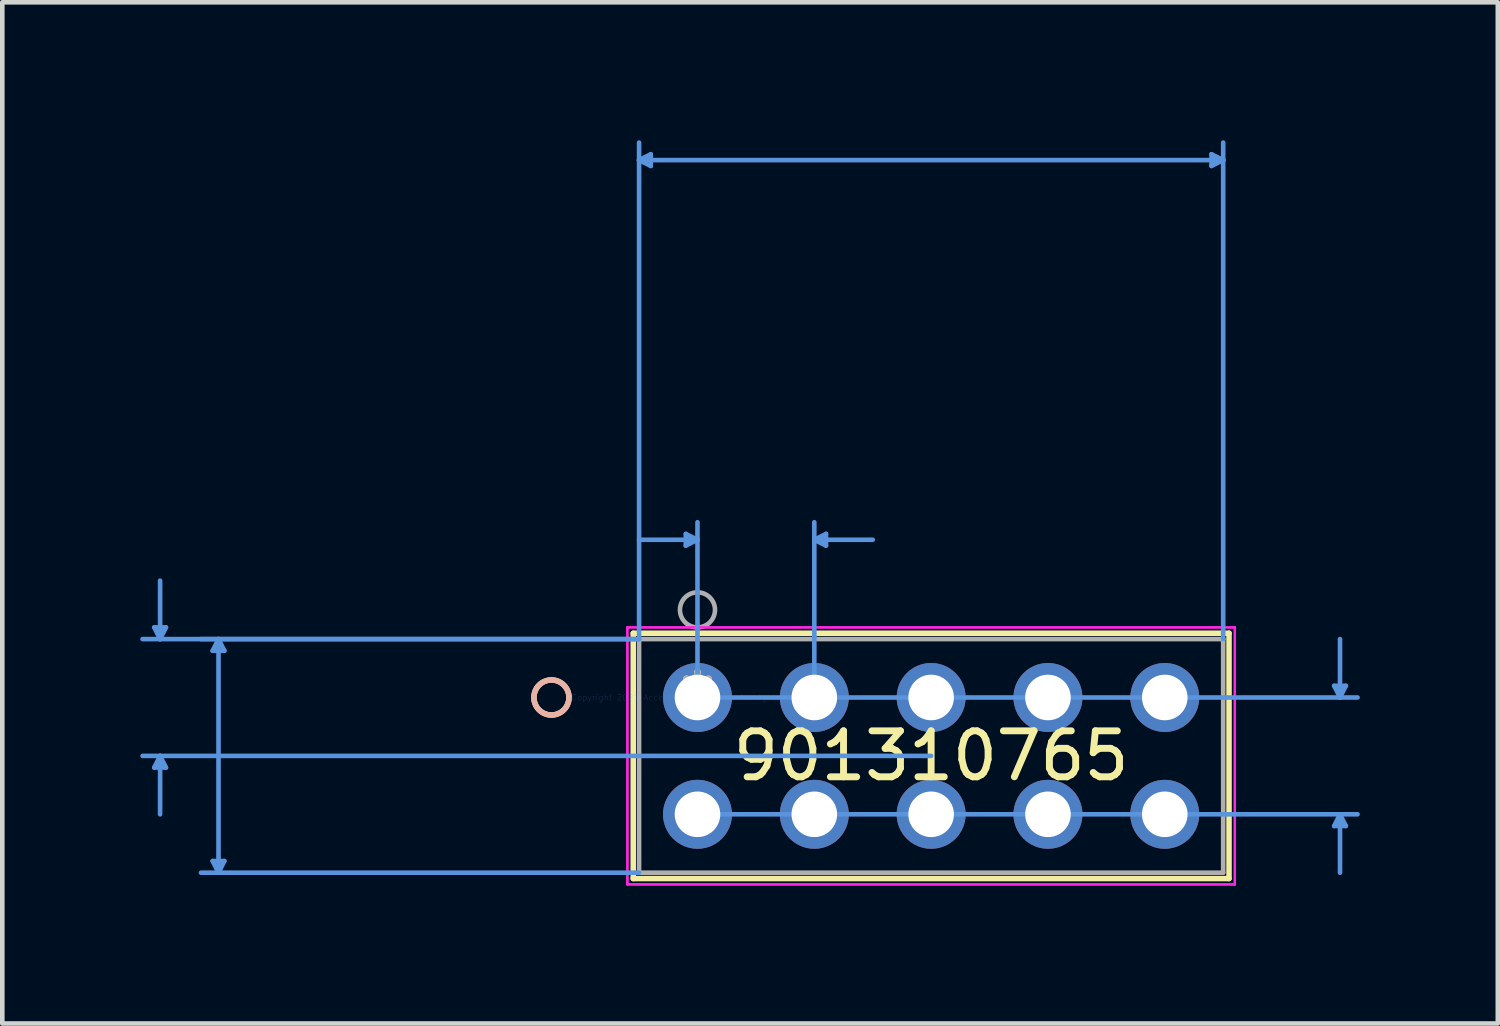
<source format=kicad_pcb>
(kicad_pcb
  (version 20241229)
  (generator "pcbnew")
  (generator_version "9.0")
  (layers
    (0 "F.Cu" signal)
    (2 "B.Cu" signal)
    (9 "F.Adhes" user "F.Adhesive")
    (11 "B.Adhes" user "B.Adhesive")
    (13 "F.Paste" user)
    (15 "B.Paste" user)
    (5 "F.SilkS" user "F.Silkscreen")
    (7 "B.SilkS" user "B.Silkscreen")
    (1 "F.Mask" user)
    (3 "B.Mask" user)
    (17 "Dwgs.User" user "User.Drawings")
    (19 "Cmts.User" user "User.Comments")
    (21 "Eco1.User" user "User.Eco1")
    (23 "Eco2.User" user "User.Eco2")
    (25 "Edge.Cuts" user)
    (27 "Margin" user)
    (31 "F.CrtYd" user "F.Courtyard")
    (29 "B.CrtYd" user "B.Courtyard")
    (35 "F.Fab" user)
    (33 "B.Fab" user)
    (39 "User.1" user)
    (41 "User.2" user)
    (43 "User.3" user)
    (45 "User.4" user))
  (footprint "901310765"
    (layer "F.Cu")
    (at 12.115 12.115)
    (property "Reference" "901310765" (at 5.08 1.27 0) (layer "F.SilkS") (effects (font (size 1 1) (thickness 0.15))))
    (attr through_hole)
    (fp_line (start -1.397 -1.397) (end -1.397 3.937) (stroke (width 0.12) (type solid)) (layer "F.SilkS"))
    (fp_line (start -1.397 3.937) (end 11.557 3.937) (stroke (width 0.12) (type solid)) (layer "F.SilkS"))
    (fp_line (start 11.557 -1.397) (end -1.397 -1.397) (stroke (width 0.12) (type solid)) (layer "F.SilkS"))
    (fp_line (start 11.557 3.937) (end 11.557 -1.397) (stroke (width 0.12) (type solid)) (layer "F.SilkS"))
    (fp_circle (center -3.175 0) (end -2.794 0) (stroke (width 0.12) (type solid)) (fill no) (layer "F.SilkS"))
    (fp_circle (center -3.175 0) (end -2.794 0) (stroke (width 0.12) (type solid)) (fill no) (layer "B.SilkS"))
    (fp_line (start -11.811 -1.524) (end -11.557 -1.524) (stroke (width 0.1) (type solid)) (layer "Cmts.User"))
    (fp_line (start -11.811 1.524) (end -11.557 1.524) (stroke (width 0.1) (type solid)) (layer "Cmts.User"))
    (fp_line (start -11.684 -1.27) (end -11.811 -1.524) (stroke (width 0.1) (type solid)) (layer "Cmts.User"))
    (fp_line (start -11.684 -1.27) (end -11.684 -2.54) (stroke (width 0.1) (type solid)) (layer "Cmts.User"))
    (fp_line (start -11.684 -1.27) (end -11.557 -1.524) (stroke (width 0.1) (type solid)) (layer "Cmts.User"))
    (fp_line (start -11.684 1.27) (end -11.811 1.524) (stroke (width 0.1) (type solid)) (layer "Cmts.User"))
    (fp_line (start -11.684 1.27) (end -11.684 2.54) (stroke (width 0.1) (type solid)) (layer "Cmts.User"))
    (fp_line (start -11.684 1.27) (end -11.557 1.524) (stroke (width 0.1) (type solid)) (layer "Cmts.User"))
    (fp_line (start -10.541 -1.016) (end -10.287 -1.016) (stroke (width 0.1) (type solid)) (layer "Cmts.User"))
    (fp_line (start -10.541 3.556) (end -10.287 3.556) (stroke (width 0.1) (type solid)) (layer "Cmts.User"))
    (fp_line (start -10.414 -1.27) (end -10.541 -1.016) (stroke (width 0.1) (type solid)) (layer "Cmts.User"))
    (fp_line (start -10.414 -1.27) (end -10.414 3.81) (stroke (width 0.1) (type solid)) (layer "Cmts.User"))
    (fp_line (start -10.414 -1.27) (end -10.287 -1.016) (stroke (width 0.1) (type solid)) (layer "Cmts.User"))
    (fp_line (start -10.414 3.81) (end -10.541 3.556) (stroke (width 0.1) (type solid)) (layer "Cmts.User"))
    (fp_line (start -10.414 3.81) (end -10.287 3.556) (stroke (width 0.1) (type solid)) (layer "Cmts.User"))
    (fp_line (start -1.27 -11.684) (end -1.016 -11.811) (stroke (width 0.1) (type solid)) (layer "Cmts.User"))
    (fp_line (start -1.27 -11.684) (end -1.016 -11.557) (stroke (width 0.1) (type solid)) (layer "Cmts.User"))
    (fp_line (start -1.27 -11.684) (end 11.43 -11.684) (stroke (width 0.1) (type solid)) (layer "Cmts.User"))
    (fp_line (start -1.27 -1.27) (end -12.065 -1.27) (stroke (width 0.1) (type solid)) (layer "Cmts.User"))
    (fp_line (start -1.27 -1.27) (end -10.795 -1.27) (stroke (width 0.1) (type solid)) (layer "Cmts.User"))
    (fp_line (start -1.27 -1.27) (end -1.27 -12.065) (stroke (width 0.1) (type solid)) (layer "Cmts.User"))
    (fp_line (start -1.27 3.81) (end -10.795 3.81) (stroke (width 0.1) (type solid)) (layer "Cmts.User"))
    (fp_line (start -1.016 -11.811) (end -1.016 -11.557) (stroke (width 0.1) (type solid)) (layer "Cmts.User"))
    (fp_line (start -0.254 -3.556) (end -0.254 -3.302) (stroke (width 0.1) (type solid)) (layer "Cmts.User"))
    (fp_line (start 0 -3.429) (end -1.27 -3.429) (stroke (width 0.1) (type solid)) (layer "Cmts.User"))
    (fp_line (start 0 -3.429) (end -0.254 -3.556) (stroke (width 0.1) (type solid)) (layer "Cmts.User"))
    (fp_line (start 0 -3.429) (end -0.254 -3.302) (stroke (width 0.1) (type solid)) (layer "Cmts.User"))
    (fp_line (start 0 0) (end 0 -3.81) (stroke (width 0.1) (type solid)) (layer "Cmts.User"))
    (fp_line (start 0 0) (end 14.351 0) (stroke (width 0.1) (type solid)) (layer "Cmts.User"))
    (fp_line (start 0 2.54) (end 14.351 2.54) (stroke (width 0.1) (type solid)) (layer "Cmts.User"))
    (fp_line (start 2.54 -3.429) (end 2.794 -3.556) (stroke (width 0.1) (type solid)) (layer "Cmts.User"))
    (fp_line (start 2.54 -3.429) (end 2.794 -3.302) (stroke (width 0.1) (type solid)) (layer "Cmts.User"))
    (fp_line (start 2.54 -3.429) (end 3.81 -3.429) (stroke (width 0.1) (type solid)) (layer "Cmts.User"))
    (fp_line (start 2.54 0) (end 2.54 -3.81) (stroke (width 0.1) (type solid)) (layer "Cmts.User"))
    (fp_line (start 2.794 -3.556) (end 2.794 -3.302) (stroke (width 0.1) (type solid)) (layer "Cmts.User"))
    (fp_line (start 5.08 1.27) (end -12.065 1.27) (stroke (width 0.1) (type solid)) (layer "Cmts.User"))
    (fp_line (start 11.176 -11.811) (end 11.176 -11.557) (stroke (width 0.1) (type solid)) (layer "Cmts.User"))
    (fp_line (start 11.43 -11.684) (end 11.176 -11.811) (stroke (width 0.1) (type solid)) (layer "Cmts.User"))
    (fp_line (start 11.43 -11.684) (end 11.176 -11.557) (stroke (width 0.1) (type solid)) (layer "Cmts.User"))
    (fp_line (start 11.43 -1.27) (end 11.43 -12.065) (stroke (width 0.1) (type solid)) (layer "Cmts.User"))
    (fp_line (start 13.843 -0.254) (end 14.097 -0.254) (stroke (width 0.1) (type solid)) (layer "Cmts.User"))
    (fp_line (start 13.843 2.794) (end 14.097 2.794) (stroke (width 0.1) (type solid)) (layer "Cmts.User"))
    (fp_line (start 13.97 0) (end 13.843 -0.254) (stroke (width 0.1) (type solid)) (layer "Cmts.User"))
    (fp_line (start 13.97 0) (end 13.97 -1.27) (stroke (width 0.1) (type solid)) (layer "Cmts.User"))
    (fp_line (start 13.97 0) (end 14.097 -0.254) (stroke (width 0.1) (type solid)) (layer "Cmts.User"))
    (fp_line (start 13.97 2.54) (end 13.843 2.794) (stroke (width 0.1) (type solid)) (layer "Cmts.User"))
    (fp_line (start 13.97 2.54) (end 13.97 3.81) (stroke (width 0.1) (type solid)) (layer "Cmts.User"))
    (fp_line (start 13.97 2.54) (end 14.097 2.794) (stroke (width 0.1) (type solid)) (layer "Cmts.User"))
    (fp_line (start -1.524 -1.524) (end -1.524 4.064) (stroke (width 0.05) (type solid)) (layer "F.CrtYd"))
    (fp_line (start -1.524 -1.524) (end -1.524 4.064) (stroke (width 0.05) (type solid)) (layer "F.CrtYd"))
    (fp_line (start -1.524 4.064) (end 11.684 4.064) (stroke (width 0.05) (type solid)) (layer "F.CrtYd"))
    (fp_line (start -1.524 4.064) (end 11.684 4.064) (stroke (width 0.05) (type solid)) (layer "F.CrtYd"))
    (fp_line (start 11.684 -1.524) (end -1.524 -1.524) (stroke (width 0.05) (type solid)) (layer "F.CrtYd"))
    (fp_line (start 11.684 -1.524) (end -1.524 -1.524) (stroke (width 0.05) (type solid)) (layer "F.CrtYd"))
    (fp_line (start 11.684 4.064) (end 11.684 -1.524) (stroke (width 0.05) (type solid)) (layer "F.CrtYd"))
    (fp_line (start 11.684 4.064) (end 11.684 -1.524) (stroke (width 0.05) (type solid)) (layer "F.CrtYd"))
    (fp_line (start -1.27 -1.27) (end -1.27 3.81) (stroke (width 0.1) (type solid)) (layer "F.Fab"))
    (fp_line (start -1.27 3.81) (end 11.43 3.81) (stroke (width 0.1) (type solid)) (layer "F.Fab"))
    (fp_line (start 11.43 -1.27) (end -1.27 -1.27) (stroke (width 0.1) (type solid)) (layer "F.Fab"))
    (fp_line (start 11.43 3.81) (end 11.43 -1.27) (stroke (width 0.1) (type solid)) (layer "F.Fab"))
    (fp_circle (center 0 -1.905) (end 0.381 -1.905) (stroke (width 0.1) (type solid)) (fill no) (layer "F.Fab"))
    (fp_text user "*" (at 0 0 0) (layer "F.SilkS") (effects (font (size 1 1) (thickness 0.15))))
    (fp_text user "Copyright 2021 Accelerated Designs. All rights reserved." (at 0 0 0) (layer "Cmts.User") (effects (font (size 0.127 0.127) (thickness 0.002))))
    (fp_text user "*" (at 0 0 0) (layer "F.Fab") (effects (font (size 1 1) (thickness 0.15))))
    (pad "1" thru_hole circle (at 0 0) (size 1.499 1.499) (drill 0.991) (layers "*.Cu" "*.Mask"))
    (pad "2" thru_hole circle (at 2.54 0) (size 1.499 1.499) (drill 0.991) (layers "*.Cu" "*.Mask"))
    (pad "3" thru_hole circle (at 5.08 0) (size 1.499 1.499) (drill 0.991) (layers "*.Cu" "*.Mask"))
    (pad "4" thru_hole circle (at 7.62 0) (size 1.499 1.499) (drill 0.991) (layers "*.Cu" "*.Mask"))
    (pad "5" thru_hole circle (at 10.16 0) (size 1.499 1.499) (drill 0.991) (layers "*.Cu" "*.Mask"))
    (pad "6" thru_hole circle (at 0 2.54) (size 1.499 1.499) (drill 0.991) (layers "*.Cu" "*.Mask"))
    (pad "7" thru_hole circle (at 2.54 2.54) (size 1.499 1.499) (drill 0.991) (layers "*.Cu" "*.Mask"))
    (pad "8" thru_hole circle (at 5.08 2.54) (size 1.499 1.499) (drill 0.991) (layers "*.Cu" "*.Mask"))
    (pad "9" thru_hole circle (at 7.62 2.54) (size 1.499 1.499) (drill 0.991) (layers "*.Cu" "*.Mask"))
    (pad "10" thru_hole circle (at 10.16 2.54) (size 1.499 1.499) (drill 0.991) (layers "*.Cu" "*.Mask")))
  (gr_rect
    (start -3 -3)
    (end 29.516 19.204)
    (stroke (width 0.1) (type default))
    (fill no)
    (layer "Edge.Cuts")))
</source>
